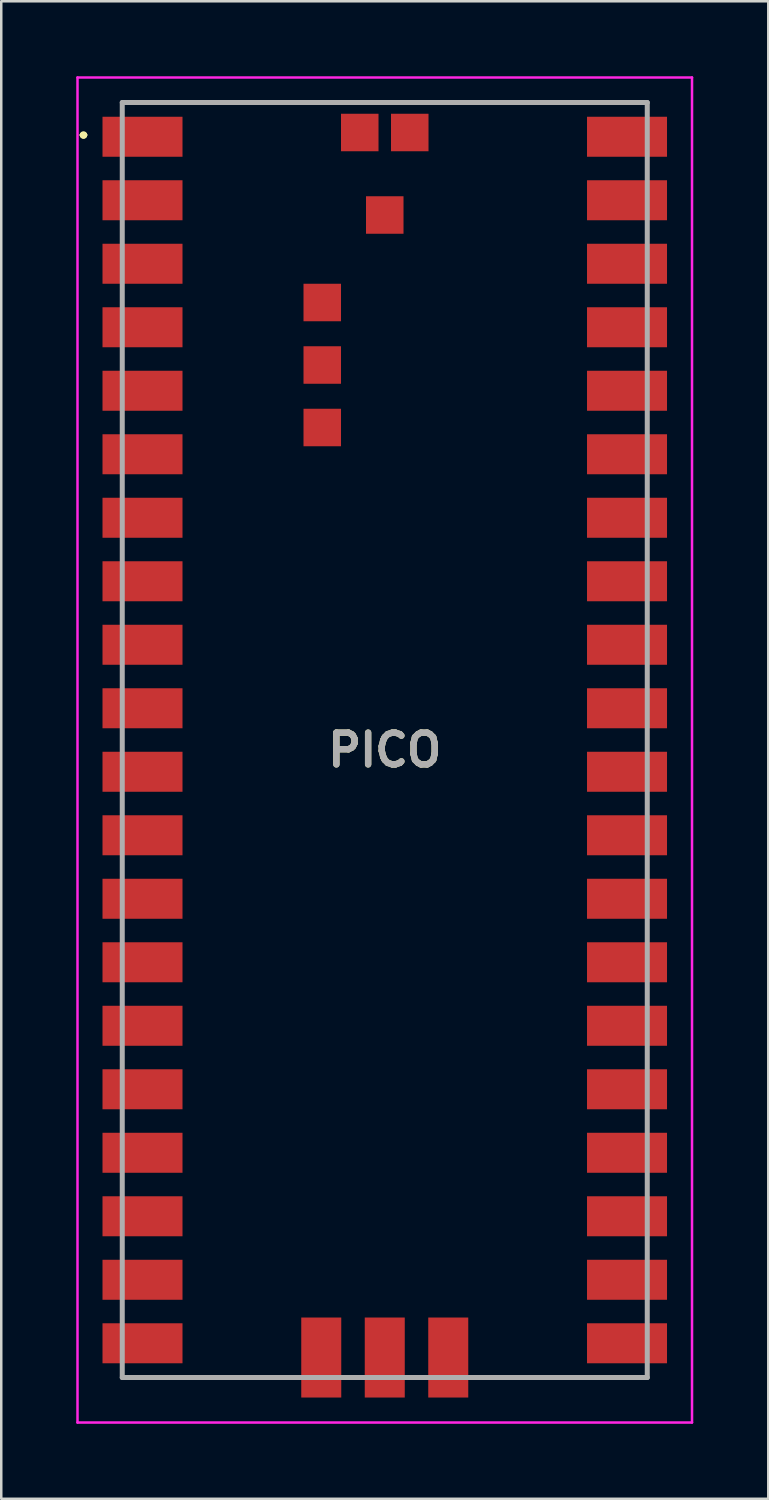
<source format=kicad_pcb>
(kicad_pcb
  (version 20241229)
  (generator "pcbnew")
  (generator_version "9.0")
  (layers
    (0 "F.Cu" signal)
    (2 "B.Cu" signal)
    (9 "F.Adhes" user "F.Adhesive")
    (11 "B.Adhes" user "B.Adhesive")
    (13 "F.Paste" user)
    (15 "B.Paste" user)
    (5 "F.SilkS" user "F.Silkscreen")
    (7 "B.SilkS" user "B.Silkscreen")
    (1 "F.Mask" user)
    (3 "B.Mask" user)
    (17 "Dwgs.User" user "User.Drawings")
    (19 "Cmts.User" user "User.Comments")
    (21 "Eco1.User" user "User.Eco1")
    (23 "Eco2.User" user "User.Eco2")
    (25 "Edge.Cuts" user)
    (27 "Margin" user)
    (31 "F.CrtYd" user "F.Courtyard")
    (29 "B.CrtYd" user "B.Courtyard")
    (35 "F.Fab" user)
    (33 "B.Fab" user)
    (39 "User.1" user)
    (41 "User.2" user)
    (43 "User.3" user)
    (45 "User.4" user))
  (footprint "PICO"
    (layer "F.Cu")
    (at 1.84 52.05)
    (property "Reference" "PICO" (at 10.5 -25.1 0) (layer "F.SilkS") (effects (font (size 1.27 1.27) (thickness 0.254))))
    (attr smd)
    (fp_line (start -1.6 -49.7) (end -1.6 -49.7) (stroke (width 0.2) (type solid)) (layer "F.SilkS"))
    (fp_line (start -1.6 -49.7) (end -1.6 -49.7) (stroke (width 0.2) (type solid)) (layer "F.SilkS"))
    (fp_line (start -1.5 -49.7) (end -1.5 -49.7) (stroke (width 0.2) (type solid)) (layer "F.SilkS"))
    (fp_line (start 0 -51) (end 0 -51) (stroke (width 0.1) (type solid)) (layer "F.SilkS"))
    (fp_line (start 0 -51) (end 21 -51) (stroke (width 0.1) (type solid)) (layer "F.SilkS"))
    (fp_line (start 0 0) (end 0 0) (stroke (width 0.1) (type solid)) (layer "F.SilkS"))
    (fp_line (start 0 0) (end 6.5 0) (stroke (width 0.1) (type solid)) (layer "F.SilkS"))
    (fp_line (start 6.5 0) (end 0 0) (stroke (width 0.1) (type solid)) (layer "F.SilkS"))
    (fp_line (start 6.5 0) (end 6.5 0) (stroke (width 0.1) (type solid)) (layer "F.SilkS"))
    (fp_line (start 14.75 0) (end 14.75 0) (stroke (width 0.1) (type solid)) (layer "F.SilkS"))
    (fp_line (start 14.75 0) (end 21 0) (stroke (width 0.1) (type solid)) (layer "F.SilkS"))
    (fp_line (start 21 -51) (end 0 -51) (stroke (width 0.1) (type solid)) (layer "F.SilkS"))
    (fp_line (start 21 -51) (end 21 -51) (stroke (width 0.1) (type solid)) (layer "F.SilkS"))
    (fp_line (start 21 0) (end 14.75 0) (stroke (width 0.1) (type solid)) (layer "F.SilkS"))
    (fp_line (start 21 0) (end 21 0) (stroke (width 0.1) (type solid)) (layer "F.SilkS"))
    (fp_arc (start -1.6 -49.7) (mid -1.55 -49.75) (end -1.5 -49.7) (stroke (width 0.2) (type solid)) (layer "F.SilkS"))
    (fp_arc (start -1.5 -49.7) (mid -1.55 -49.65) (end -1.6 -49.7) (stroke (width 0.2) (type solid)) (layer "F.SilkS"))
    (fp_arc (start -1.5 -49.7) (mid -1.55 -49.65) (end -1.6 -49.7) (stroke (width 0.2) (type solid)) (layer "F.SilkS"))
    (fp_line (start -1.79 -52) (end 22.79 -52) (stroke (width 0.1) (type solid)) (layer "F.CrtYd"))
    (fp_line (start -1.79 1.8) (end -1.79 -52) (stroke (width 0.1) (type solid)) (layer "F.CrtYd"))
    (fp_line (start 22.79 -52) (end 22.79 1.8) (stroke (width 0.1) (type solid)) (layer "F.CrtYd"))
    (fp_line (start 22.79 1.8) (end -1.79 1.8) (stroke (width 0.1) (type solid)) (layer "F.CrtYd"))
    (fp_line (start 0 -51) (end 0 0) (stroke (width 0.2) (type solid)) (layer "F.Fab"))
    (fp_line (start 0 0) (end 21 0) (stroke (width 0.2) (type solid)) (layer "F.Fab"))
    (fp_line (start 21 -51) (end 0 -51) (stroke (width 0.2) (type solid)) (layer "F.Fab"))
    (fp_line (start 21 0) (end 21 -51) (stroke (width 0.2) (type solid)) (layer "F.Fab"))
    (fp_text user "${REFERENCE}" (at 10.5 -25.1 0) (layer "F.Fab") (effects (font (size 1.27 1.27) (thickness 0.254))))
    (pad "1" smd rect (at 0.81 -49.63 90) (size 1.6 3.2) (layers "F.Cu" "F.Mask" "F.Paste"))
    (pad "2" smd rect (at 0.81 -47.09 90) (size 1.6 3.2) (layers "F.Cu" "F.Mask" "F.Paste"))
    (pad "3" smd rect (at 0.81 -44.55 90) (size 1.6 3.2) (layers "F.Cu" "F.Mask" "F.Paste"))
    (pad "4" smd rect (at 0.81 -42.01 90) (size 1.6 3.2) (layers "F.Cu" "F.Mask" "F.Paste"))
    (pad "5" smd rect (at 0.81 -39.47 90) (size 1.6 3.2) (layers "F.Cu" "F.Mask" "F.Paste"))
    (pad "6" smd rect (at 0.81 -36.93 90) (size 1.6 3.2) (layers "F.Cu" "F.Mask" "F.Paste"))
    (pad "7" smd rect (at 0.81 -34.39 90) (size 1.6 3.2) (layers "F.Cu" "F.Mask" "F.Paste"))
    (pad "8" smd rect (at 0.81 -31.85 90) (size 1.6 3.2) (layers "F.Cu" "F.Mask" "F.Paste"))
    (pad "9" smd rect (at 0.81 -29.31 90) (size 1.6 3.2) (layers "F.Cu" "F.Mask" "F.Paste"))
    (pad "10" smd rect (at 0.81 -26.77 90) (size 1.6 3.2) (layers "F.Cu" "F.Mask" "F.Paste"))
    (pad "11" smd rect (at 0.81 -24.23 90) (size 1.6 3.2) (layers "F.Cu" "F.Mask" "F.Paste"))
    (pad "12" smd rect (at 0.81 -21.69 90) (size 1.6 3.2) (layers "F.Cu" "F.Mask" "F.Paste"))
    (pad "13" smd rect (at 0.81 -19.15 90) (size 1.6 3.2) (layers "F.Cu" "F.Mask" "F.Paste"))
    (pad "14" smd rect (at 0.81 -16.61 90) (size 1.6 3.2) (layers "F.Cu" "F.Mask" "F.Paste"))
    (pad "15" smd rect (at 0.81 -14.07 90) (size 1.6 3.2) (layers "F.Cu" "F.Mask" "F.Paste"))
    (pad "16" smd rect (at 0.81 -11.53 90) (size 1.6 3.2) (layers "F.Cu" "F.Mask" "F.Paste"))
    (pad "17" smd rect (at 0.81 -8.99 90) (size 1.6 3.2) (layers "F.Cu" "F.Mask" "F.Paste"))
    (pad "18" smd rect (at 0.81 -6.45 90) (size 1.6 3.2) (layers "F.Cu" "F.Mask" "F.Paste"))
    (pad "19" smd rect (at 0.81 -3.91 90) (size 1.6 3.2) (layers "F.Cu" "F.Mask" "F.Paste"))
    (pad "20" smd rect (at 0.81 -1.37 90) (size 1.6 3.2) (layers "F.Cu" "F.Mask" "F.Paste"))
    (pad "21" smd rect (at 20.19 -1.37 90) (size 1.6 3.2) (layers "F.Cu" "F.Mask" "F.Paste"))
    (pad "22" smd rect (at 20.19 -3.91 90) (size 1.6 3.2) (layers "F.Cu" "F.Mask" "F.Paste"))
    (pad "23" smd rect (at 20.19 -6.45 90) (size 1.6 3.2) (layers "F.Cu" "F.Mask" "F.Paste"))
    (pad "24" smd rect (at 20.19 -8.99 90) (size 1.6 3.2) (layers "F.Cu" "F.Mask" "F.Paste"))
    (pad "25" smd rect (at 20.19 -11.53 90) (size 1.6 3.2) (layers "F.Cu" "F.Mask" "F.Paste"))
    (pad "26" smd rect (at 20.19 -14.07 90) (size 1.6 3.2) (layers "F.Cu" "F.Mask" "F.Paste"))
    (pad "27" smd rect (at 20.19 -16.61 90) (size 1.6 3.2) (layers "F.Cu" "F.Mask" "F.Paste"))
    (pad "28" smd rect (at 20.19 -19.15 90) (size 1.6 3.2) (layers "F.Cu" "F.Mask" "F.Paste"))
    (pad "29" smd rect (at 20.19 -21.69 90) (size 1.6 3.2) (layers "F.Cu" "F.Mask" "F.Paste"))
    (pad "30" smd rect (at 20.19 -24.23 90) (size 1.6 3.2) (layers "F.Cu" "F.Mask" "F.Paste"))
    (pad "31" smd rect (at 20.19 -26.77 90) (size 1.6 3.2) (layers "F.Cu" "F.Mask" "F.Paste"))
    (pad "32" smd rect (at 20.19 -29.31 90) (size 1.6 3.2) (layers "F.Cu" "F.Mask" "F.Paste"))
    (pad "33" smd rect (at 20.19 -31.85 90) (size 1.6 3.2) (layers "F.Cu" "F.Mask" "F.Paste"))
    (pad "34" smd rect (at 20.19 -34.39 90) (size 1.6 3.2) (layers "F.Cu" "F.Mask" "F.Paste"))
    (pad "35" smd rect (at 20.19 -36.93 90) (size 1.6 3.2) (layers "F.Cu" "F.Mask" "F.Paste"))
    (pad "36" smd rect (at 20.19 -39.47 90) (size 1.6 3.2) (layers "F.Cu" "F.Mask" "F.Paste"))
    (pad "37" smd rect (at 20.19 -42.01 90) (size 1.6 3.2) (layers "F.Cu" "F.Mask" "F.Paste"))
    (pad "38" smd rect (at 20.19 -44.55 90) (size 1.6 3.2) (layers "F.Cu" "F.Mask" "F.Paste"))
    (pad "39" smd rect (at 20.19 -47.09 90) (size 1.6 3.2) (layers "F.Cu" "F.Mask" "F.Paste"))
    (pad "40" smd rect (at 20.19 -49.63 90) (size 1.6 3.2) (layers "F.Cu" "F.Mask" "F.Paste"))
    (pad "D1" smd rect (at 7.96 -0.8) (size 1.6 3.2) (layers "F.Cu" "F.Mask" "F.Paste"))
    (pad "D2" smd rect (at 10.5 -0.8) (size 1.6 3.2) (layers "F.Cu" "F.Mask" "F.Paste"))
    (pad "D3" smd rect (at 13.04 -0.8) (size 1.6 3.2) (layers "F.Cu" "F.Mask" "F.Paste"))
    (pad "TP1" smd rect (at 10.5 -46.5 90) (size 1.5 1.5) (layers "F.Cu" "F.Mask" "F.Paste"))
    (pad "TP2" smd rect (at 11.5 -49.8 90) (size 1.5 1.5) (layers "F.Cu" "F.Mask" "F.Paste"))
    (pad "TP3" smd rect (at 9.5 -49.8 90) (size 1.5 1.5) (layers "F.Cu" "F.Mask" "F.Paste"))
    (pad "TP4" smd rect (at 8 -43 90) (size 1.5 1.5) (layers "F.Cu" "F.Mask" "F.Paste"))
    (pad "TP5" smd rect (at 8 -40.5 90) (size 1.5 1.5) (layers "F.Cu" "F.Mask" "F.Paste"))
    (pad "TP6" smd rect (at 8 -38 90) (size 1.5 1.5) (layers "F.Cu" "F.Mask" "F.Paste")))
  (gr_rect
    (start -3 -3)
    (end 27.68 56.9)
    (stroke (width 0.1) (type default))
    (fill no)
    (layer "Edge.Cuts")))
</source>
